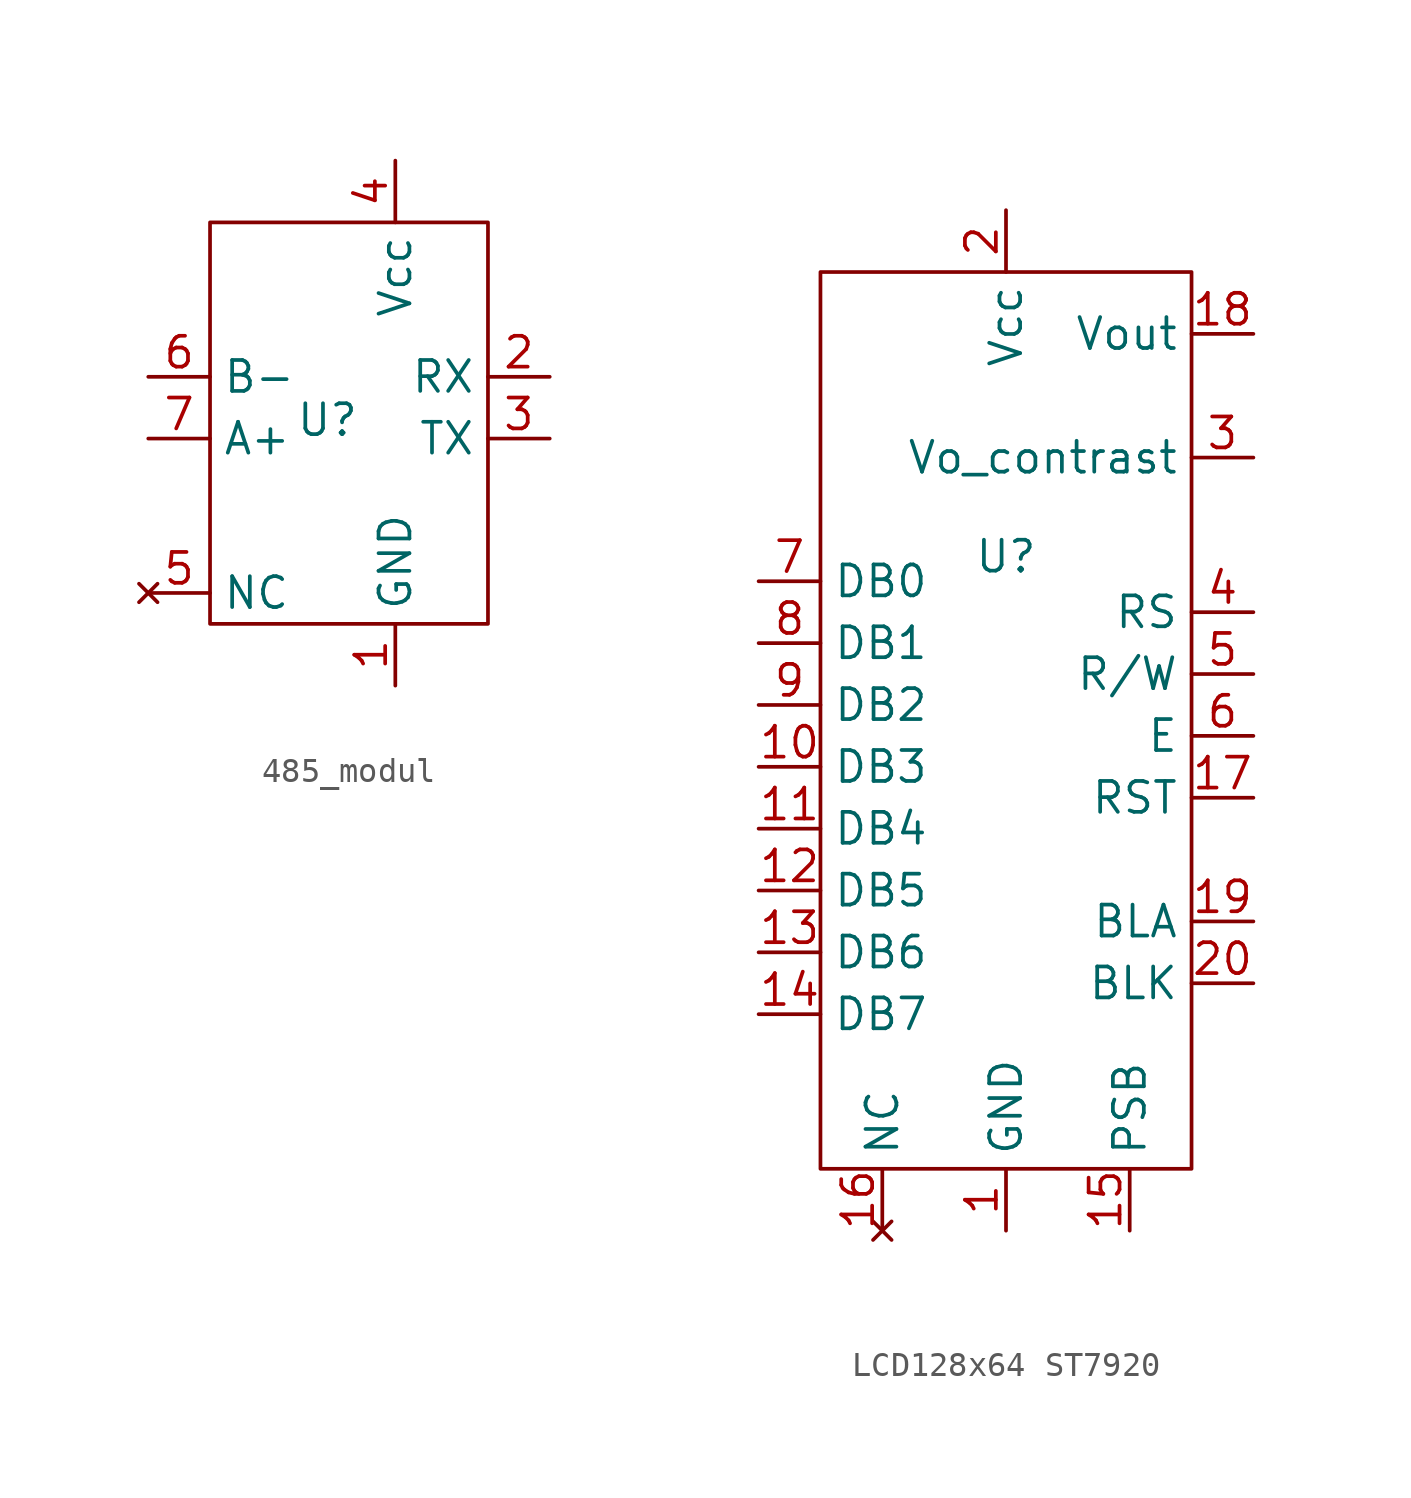
<source format=kicad_sym>
(kicad_symbol_lib
  (version 20241209)
  (generator "kicad_symbol_editor")
  (generator_version "9.0")
  (symbol "485_modul"
    (property "Reference" "U"
      (at -0.254 -0.508 0)
      (effects (font (size 1.27 1.27))))
    (property "Value" ""
      (at -1.27 0 0)
      (effects (font (size 1.27 1.27))))
    (symbol "485_modul_0_1"
      (rectangle (start -5.08 7.62) (end 6.35 -8.89) (stroke (width 0) (type default)) (fill (type none))))
    (symbol "485_modul_1_1"
      (pin bidirectional line (at -7.62 1.27 0) (length 2.54) (name "B-" (effects (font (size 1.27 1.27)))) (number "6" (effects (font (size 1.27 1.27)))))
      (pin bidirectional line (at -7.62 -1.27 0) (length 2.54) (name "A+" (effects (font (size 1.27 1.27)))) (number "7" (effects (font (size 1.27 1.27)))))
      (pin no_connect line (at -7.62 -7.62 0) (length 2.54) (name "NC" (effects (font (size 1.27 1.27)))) (number "5" (effects (font (size 1.27 1.27)))))
      (pin power_in line (at 2.54 10.16 270) (length 2.54) (name "Vcc" (effects (font (size 1.27 1.27)))) (number "4" (effects (font (size 1.27 1.27)))))
      (pin power_in line (at 2.54 -11.43 90) (length 2.54) (name "GND" (effects (font (size 1.27 1.27)))) (number "1" (effects (font (size 1.27 1.27)))))
      (pin input line (at 8.89 1.27 180) (length 2.54) (name "RX" (effects (font (size 1.27 1.27)))) (number "2" (effects (font (size 1.27 1.27)))))
      (pin output line (at 8.89 -1.27 180) (length 2.54) (name "TX" (effects (font (size 1.27 1.27)))) (number "3" (effects (font (size 1.27 1.27)))))))
  (symbol "LCD128x64 ST7920"
    (property "Reference" "U"
      (at 0 -0.254 0)
      (effects (font (size 1.27 1.27))))
    (property "Value" ""
      (at 0 0 0)
      (effects (font (size 1.27 1.27))))
    (symbol "LCD128x64 ST7920_0_1"
      (rectangle (start -7.62 11.43) (end 7.62 -25.4) (stroke (width 0) (type default)) (fill (type none))))
    (symbol "LCD128x64 ST7920_1_1"
      (pin input line (at -10.16 -1.27 0) (length 2.54) (name "DB0" (effects (font (size 1.27 1.27)))) (number "7" (effects (font (size 1.27 1.27)))))
      (pin input line (at -10.16 -3.81 0) (length 2.54) (name "DB1" (effects (font (size 1.27 1.27)))) (number "8" (effects (font (size 1.27 1.27)))))
      (pin input line (at -10.16 -6.35 0) (length 2.54) (name "DB2" (effects (font (size 1.27 1.27)))) (number "9" (effects (font (size 1.27 1.27)))))
      (pin input line (at -10.16 -8.89 0) (length 2.54) (name "DB3" (effects (font (size 1.27 1.27)))) (number "10" (effects (font (size 1.27 1.27)))))
      (pin input line (at -10.16 -11.43 0) (length 2.54) (name "DB4" (effects (font (size 1.27 1.27)))) (number "11" (effects (font (size 1.27 1.27)))))
      (pin input line (at -10.16 -13.97 0) (length 2.54) (name "DB5" (effects (font (size 1.27 1.27)))) (number "12" (effects (font (size 1.27 1.27)))))
      (pin input line (at -10.16 -16.51 0) (length 2.54) (name "DB6" (effects (font (size 1.27 1.27)))) (number "13" (effects (font (size 1.27 1.27)))))
      (pin input line (at -10.16 -19.05 0) (length 2.54) (name "DB7" (effects (font (size 1.27 1.27)))) (number "14" (effects (font (size 1.27 1.27)))))
      (pin no_connect line (at -5.08 -27.94 90) (length 2.54) (name "NC" (effects (font (size 1.27 1.27)))) (number "16" (effects (font (size 1.27 1.27)))))
      (pin power_in line (at 0 13.97 270) (length 2.54) (name "Vcc" (effects (font (size 1.27 1.27)))) (number "2" (effects (font (size 1.27 1.27)))))
      (pin power_in line (at 0 -27.94 90) (length 2.54) (name "GND" (effects (font (size 1.27 1.27)))) (number "1" (effects (font (size 1.27 1.27)))))
      (pin power_in line (at 5.08 -27.94 90) (length 2.54) (name "PSB" (effects (font (size 1.27 1.27)))) (number "15" (effects (font (size 1.27 1.27)))))
      (pin power_out line (at 10.16 8.89 180) (length 2.54) (name "Vout" (effects (font (size 1.27 1.27)))) (number "18" (effects (font (size 1.27 1.27)))))
      (pin input line (at 10.16 3.81 180) (length 2.54) (name "Vo_contrast" (effects (font (size 1.27 1.27)))) (number "3" (effects (font (size 1.27 1.27)))))
      (pin input line (at 10.16 -2.54 180) (length 2.54) (name "RS" (effects (font (size 1.27 1.27)))) (number "4" (effects (font (size 1.27 1.27)))))
      (pin input line (at 10.16 -5.08 180) (length 2.54) (name "R/W" (effects (font (size 1.27 1.27)))) (number "5" (effects (font (size 1.27 1.27)))))
      (pin input line (at 10.16 -7.62 180) (length 2.54) (name "E" (effects (font (size 1.27 1.27)))) (number "6" (effects (font (size 1.27 1.27)))))
      (pin input line (at 10.16 -10.16 180) (length 2.54) (name "RST" (effects (font (size 1.27 1.27)))) (number "17" (effects (font (size 1.27 1.27)))))
      (pin power_in line (at 10.16 -15.24 180) (length 2.54) (name "BLA" (effects (font (size 1.27 1.27)))) (number "19" (effects (font (size 1.27 1.27)))))
      (pin input line (at 10.16 -17.78 180) (length 2.54) (name "BLK" (effects (font (size 1.27 1.27)))) (number "20" (effects (font (size 1.27 1.27))))))))
</source>
